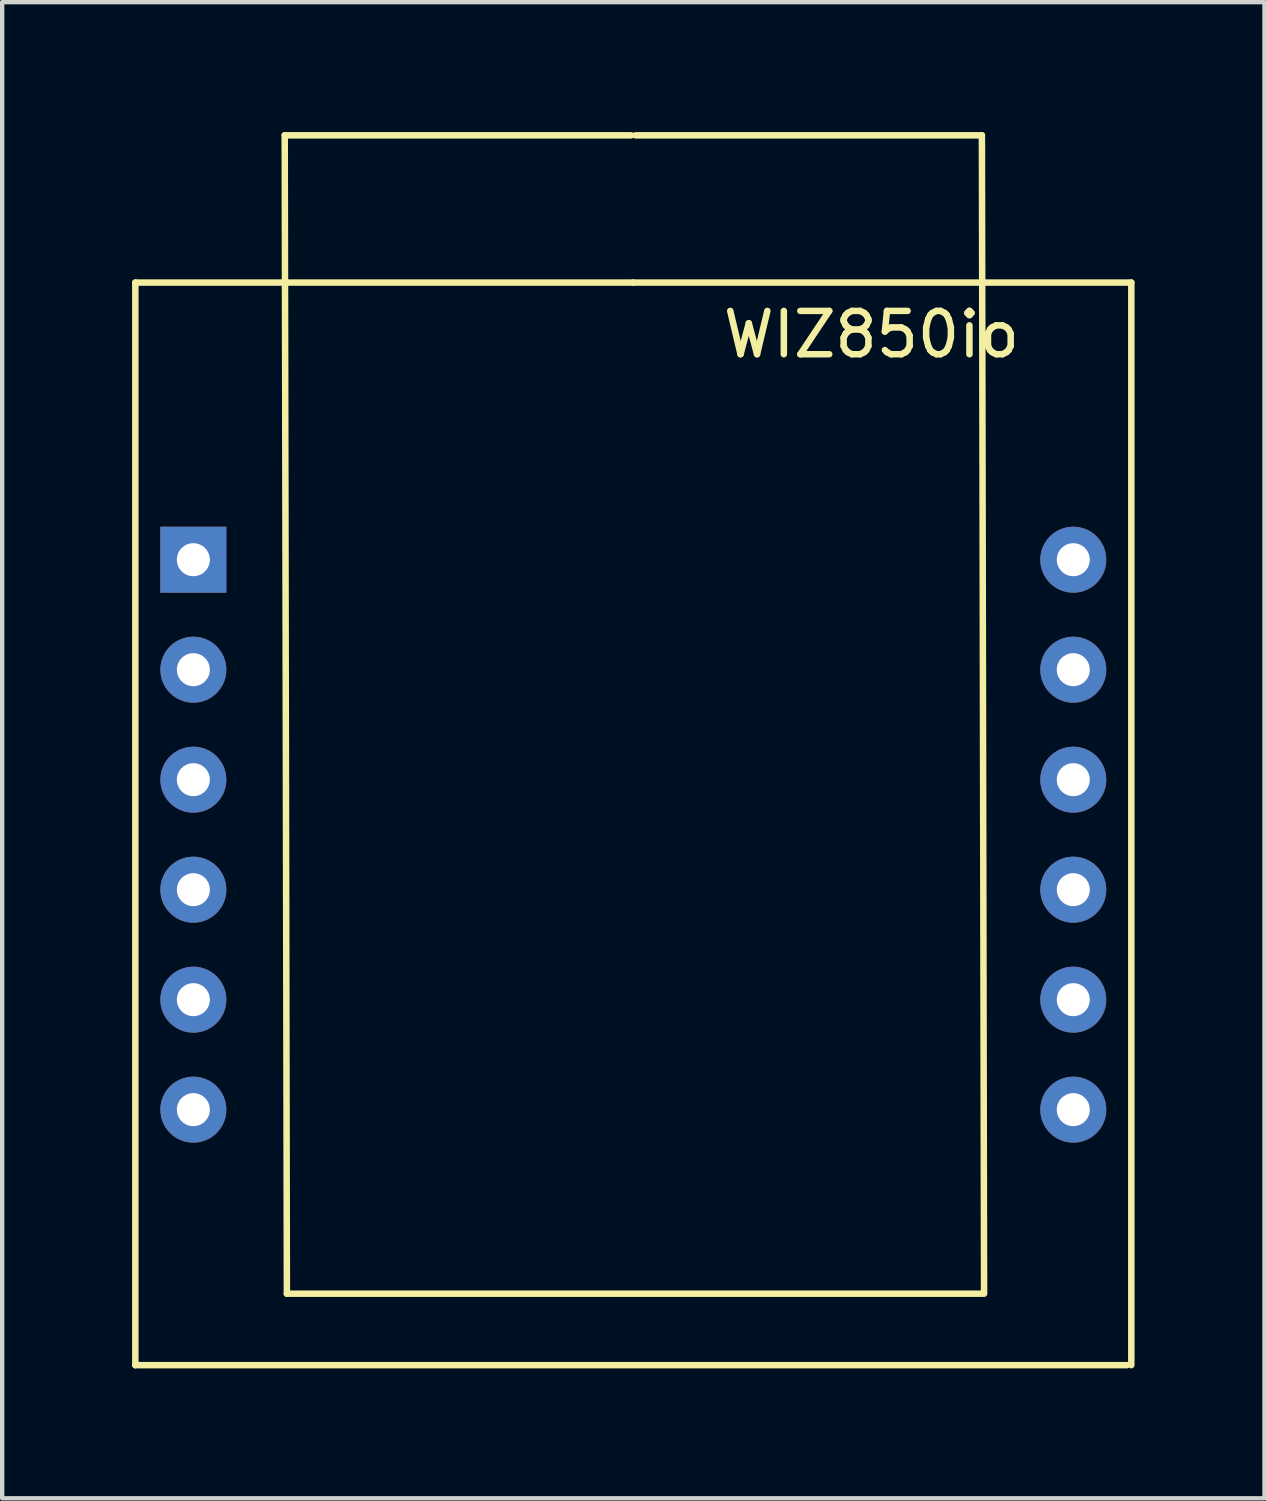
<source format=kicad_pcb>
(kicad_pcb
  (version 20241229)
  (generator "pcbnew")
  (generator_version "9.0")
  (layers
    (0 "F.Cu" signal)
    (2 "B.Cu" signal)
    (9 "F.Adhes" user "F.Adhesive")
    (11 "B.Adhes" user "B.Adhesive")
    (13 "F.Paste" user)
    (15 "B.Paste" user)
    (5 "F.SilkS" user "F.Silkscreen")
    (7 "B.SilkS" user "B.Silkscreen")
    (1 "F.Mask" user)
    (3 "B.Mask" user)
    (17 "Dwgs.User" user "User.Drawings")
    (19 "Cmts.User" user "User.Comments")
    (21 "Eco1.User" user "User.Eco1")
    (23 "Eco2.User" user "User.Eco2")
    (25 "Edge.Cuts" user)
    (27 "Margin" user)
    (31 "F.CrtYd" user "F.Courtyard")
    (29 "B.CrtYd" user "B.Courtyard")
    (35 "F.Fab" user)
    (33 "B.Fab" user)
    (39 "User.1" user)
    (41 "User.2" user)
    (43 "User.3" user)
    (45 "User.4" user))
  (footprint "WIZ850io"
    (layer "F.Cu")
    (at 11.575 9.875)
    (property "Reference" "WIZ850io" (at 5.5 -5.2 0) (layer "F.SilkS") (effects (font (size 1 1) (thickness 0.15))))
    (attr through_hole)
    (fp_line (start -11.5 -6.4) (end -11.5 18.6) (stroke (width 0.15) (type solid)) (layer "F.SilkS"))
    (fp_line (start -11.5 18.6) (end 11.4 18.6) (stroke (width 0.15) (type solid)) (layer "F.SilkS"))
    (fp_line (start -8.05 -9.8) (end -8 16.95) (stroke (width 0.15) (type solid)) (layer "F.SilkS"))
    (fp_line (start -8.05 -9.8) (end -0.05 -9.8) (stroke (width 0.15) (type solid)) (layer "F.SilkS"))
    (fp_line (start -8 16.95) (end 0 16.95) (stroke (width 0.15) (type solid)) (layer "F.SilkS"))
    (fp_line (start 0 -6.4) (end -11.5 -6.4) (stroke (width 0.15) (type solid)) (layer "F.SilkS"))
    (fp_line (start 0 -6.4) (end 11.5 -6.4) (stroke (width 0.15) (type solid)) (layer "F.SilkS"))
    (fp_line (start 0.05 -9.8) (end 8.05 -9.8) (stroke (width 0.15) (type solid)) (layer "F.SilkS"))
    (fp_line (start 0.05 16.95) (end 8.05 16.95) (stroke (width 0.15) (type solid)) (layer "F.SilkS"))
    (fp_line (start 8.05 -9.8) (end 8.1 16.95) (stroke (width 0.15) (type solid)) (layer "F.SilkS"))
    (fp_line (start 11.5 -6.4) (end 11.5 18.6) (stroke (width 0.15) (type solid)) (layer "F.SilkS"))
    (pad "1" thru_hole rect (at -10.16 0) (size 1.524 1.524) (drill 0.762) (layers "*.Cu" "*.Mask"))
    (pad "2" thru_hole circle (at -10.16 2.54) (size 1.524 1.524) (drill 0.762) (layers "*.Cu" "*.Mask"))
    (pad "3" thru_hole circle (at -10.16 5.08) (size 1.524 1.524) (drill 0.762) (layers "*.Cu" "*.Mask"))
    (pad "4" thru_hole circle (at -10.16 7.62) (size 1.524 1.524) (drill 0.762) (layers "*.Cu" "*.Mask"))
    (pad "5" thru_hole circle (at -10.16 10.16) (size 1.524 1.524) (drill 0.762) (layers "*.Cu" "*.Mask"))
    (pad "6" thru_hole circle (at -10.16 12.7) (size 1.524 1.524) (drill 0.762) (layers "*.Cu" "*.Mask"))
    (pad "7" thru_hole circle (at 10.16 12.7) (size 1.524 1.524) (drill 0.762) (layers "*.Cu" "*.Mask"))
    (pad "8" thru_hole circle (at 10.16 10.16) (size 1.524 1.524) (drill 0.762) (layers "*.Cu" "*.Mask"))
    (pad "9" thru_hole circle (at 10.16 7.62) (size 1.524 1.524) (drill 0.762) (layers "*.Cu" "*.Mask"))
    (pad "10" thru_hole circle (at 10.16 5.08) (size 1.524 1.524) (drill 0.762) (layers "*.Cu" "*.Mask"))
    (pad "11" thru_hole circle (at 10.16 2.54) (size 1.524 1.524) (drill 0.762) (layers "*.Cu" "*.Mask"))
    (pad "12" thru_hole circle (at 10.16 0) (size 1.524 1.524) (drill 0.762) (layers "*.Cu" "*.Mask")))
  (gr_rect
    (start -3 -3)
    (end 26.15 31.55)
    (stroke (width 0.1) (type default))
    (fill no)
    (layer "Edge.Cuts")))
</source>
